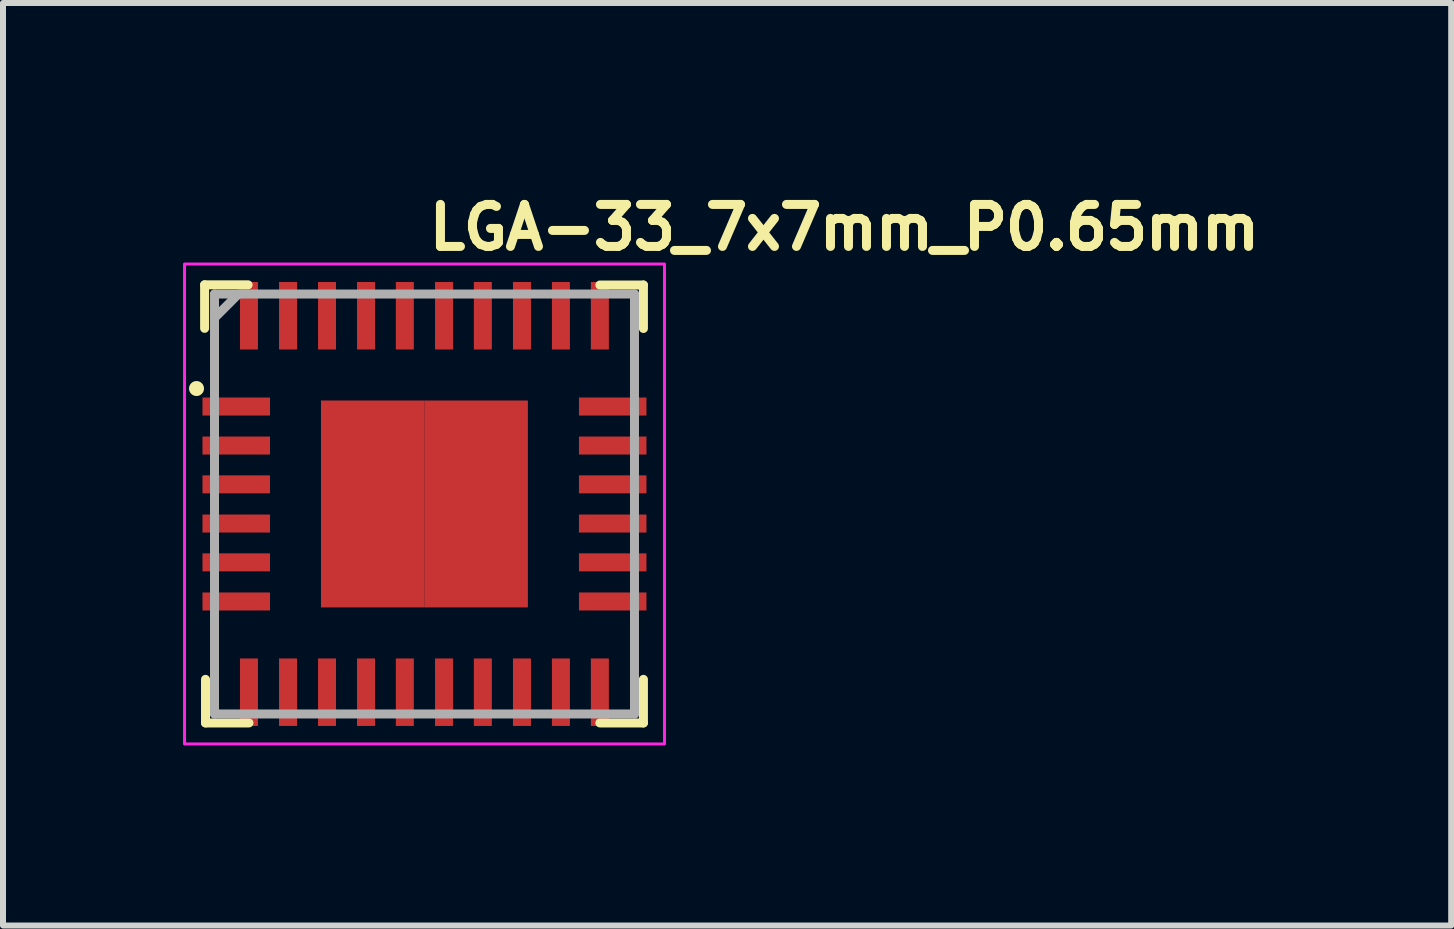
<source format=kicad_pcb>
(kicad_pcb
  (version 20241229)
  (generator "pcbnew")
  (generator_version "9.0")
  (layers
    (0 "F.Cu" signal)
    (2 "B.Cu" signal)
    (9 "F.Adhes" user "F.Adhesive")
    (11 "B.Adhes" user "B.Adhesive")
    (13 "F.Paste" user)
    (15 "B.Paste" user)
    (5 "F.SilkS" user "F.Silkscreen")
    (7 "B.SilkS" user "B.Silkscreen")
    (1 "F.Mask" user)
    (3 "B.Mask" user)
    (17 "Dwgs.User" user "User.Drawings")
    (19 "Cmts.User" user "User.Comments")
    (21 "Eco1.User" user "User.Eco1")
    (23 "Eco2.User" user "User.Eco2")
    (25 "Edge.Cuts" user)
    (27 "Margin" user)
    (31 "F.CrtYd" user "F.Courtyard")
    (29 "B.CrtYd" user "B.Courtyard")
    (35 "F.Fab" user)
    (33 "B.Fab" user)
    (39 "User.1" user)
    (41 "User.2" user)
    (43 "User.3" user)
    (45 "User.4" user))
  (footprint "LGA-33_7x7mm_P0.65mm"
    (layer "F.Cu")
    (at 4.025 5.35)
    (property "Reference" "LGA-33_7x7mm_P0.65mm" (at 0 -4.2 0) (layer "F.SilkS") (effects (font (size 0.7 0.7) (thickness 0.15)) (justify left bottom)))
    (attr smd)
    (fp_line (start -3.665 -3.653) (end -2.94 -3.653) (stroke (width 0.15) (type solid)) (layer "F.SilkS"))
    (fp_line (start -3.665 -2.928) (end -3.665 -3.653) (stroke (width 0.15) (type solid)) (layer "F.SilkS"))
    (fp_line (start -3.65 3.648) (end -3.65 2.922) (stroke (width 0.15) (type solid)) (layer "F.SilkS"))
    (fp_line (start -2.926 3.648) (end -3.65 3.648) (stroke (width 0.15) (type solid)) (layer "F.SilkS"))
    (fp_line (start 2.922 -3.65) (end 3.648 -3.65) (stroke (width 0.15) (type solid)) (layer "F.SilkS"))
    (fp_line (start 2.922 3.648) (end 3.648 3.648) (stroke (width 0.15) (type solid)) (layer "F.SilkS"))
    (fp_line (start 3.648 -3.65) (end 3.648 -2.926) (stroke (width 0.15) (type solid)) (layer "F.SilkS"))
    (fp_line (start 3.648 3.648) (end 3.648 2.922) (stroke (width 0.15) (type solid)) (layer "F.SilkS"))
    (fp_circle (center -3.8 -1.925) (end -3.75 -1.925) (stroke (width 0.15) (type solid)) (fill yes) (layer "F.SilkS"))
    (fp_rect (start -4 -4) (end 3.999 3.999) (stroke (width 0.05) (type solid)) (fill no) (layer "F.CrtYd"))
    (fp_line (start -3.5 -3.5) (end -3.5 3.499) (stroke (width 0.15) (type solid)) (layer "F.Fab"))
    (fp_line (start -3.5 3.499) (end 3.499 3.499) (stroke (width 0.15) (type solid)) (layer "F.Fab"))
    (fp_line (start -3.101 -3.5) (end -3.5 -3.101) (stroke (width 0.15) (type solid)) (layer "F.Fab"))
    (fp_line (start 3.499 -3.5) (end -3.5 -3.5) (stroke (width 0.15) (type solid)) (layer "F.Fab"))
    (fp_line (start 3.499 3.499) (end 3.499 -3.5) (stroke (width 0.15) (type solid)) (layer "F.Fab"))
    (fp_rect (start -3.5 -3.5) (end 3.499 3.499) (stroke (width 0.1) (type solid)) (fill no) (layer "User.5"))
    (fp_line (start -3.5 -3.5) (end -3.5 3.499) (stroke (width 0.02) (type solid)) (layer "User.9"))
    (fp_line (start -3.5 3.499) (end 3.499 3.499) (stroke (width 0.02) (type solid)) (layer "User.9"))
    (fp_line (start -3 -2.621) (end -3 -2.601) (stroke (width 0.02) (type solid)) (layer "User.9"))
    (fp_line (start -3 -2.621) (end -3 -2.601) (stroke (width 0.02) (type solid)) (layer "User.9"))
    (fp_line (start -3 -2.601) (end -3 -2.601) (stroke (width 0.02) (type solid)) (layer "User.9"))
    (fp_line (start -3 -2.601) (end -3 -2.601) (stroke (width 0.02) (type solid)) (layer "User.9"))
    (fp_line (start -3 -2.601) (end -3 -2.581) (stroke (width 0.02) (type solid)) (layer "User.9"))
    (fp_line (start -3 -2.601) (end -3 -2.581) (stroke (width 0.02) (type solid)) (layer "User.9"))
    (fp_line (start -3 -2.581) (end -2.999 -2.56) (stroke (width 0.02) (type solid)) (layer "User.9"))
    (fp_line (start -3 -2.581) (end -2.999 -2.56) (stroke (width 0.02) (type solid)) (layer "User.9"))
    (fp_line (start -2.999 -2.641) (end -3 -2.621) (stroke (width 0.02) (type solid)) (layer "User.9"))
    (fp_line (start -2.999 -2.641) (end -3 -2.621) (stroke (width 0.02) (type solid)) (layer "User.9"))
    (fp_line (start -2.999 -2.56) (end -2.996 -2.54) (stroke (width 0.02) (type solid)) (layer "User.9"))
    (fp_line (start -2.999 -2.56) (end -2.996 -2.54) (stroke (width 0.02) (type solid)) (layer "User.9"))
    (fp_line (start -2.996 -2.661) (end -2.999 -2.641) (stroke (width 0.02) (type solid)) (layer "User.9"))
    (fp_line (start -2.996 -2.661) (end -2.999 -2.641) (stroke (width 0.02) (type solid)) (layer "User.9"))
    (fp_line (start -2.996 -2.54) (end -2.992 -2.52) (stroke (width 0.02) (type solid)) (layer "User.9"))
    (fp_line (start -2.996 -2.54) (end -2.992 -2.52) (stroke (width 0.02) (type solid)) (layer "User.9"))
    (fp_line (start -2.992 -2.681) (end -2.996 -2.661) (stroke (width 0.02) (type solid)) (layer "User.9"))
    (fp_line (start -2.992 -2.681) (end -2.996 -2.661) (stroke (width 0.02) (type solid)) (layer "User.9"))
    (fp_line (start -2.992 -2.52) (end -2.988 -2.501) (stroke (width 0.02) (type solid)) (layer "User.9"))
    (fp_line (start -2.992 -2.52) (end -2.988 -2.501) (stroke (width 0.02) (type solid)) (layer "User.9"))
    (fp_line (start -2.988 -2.701) (end -2.992 -2.681) (stroke (width 0.02) (type solid)) (layer "User.9"))
    (fp_line (start -2.988 -2.701) (end -2.992 -2.681) (stroke (width 0.02) (type solid)) (layer "User.9"))
    (fp_line (start -2.988 -2.501) (end -2.983 -2.483) (stroke (width 0.02) (type solid)) (layer "User.9"))
    (fp_line (start -2.988 -2.501) (end -2.983 -2.483) (stroke (width 0.02) (type solid)) (layer "User.9"))
    (fp_line (start -2.983 -2.719) (end -2.988 -2.701) (stroke (width 0.02) (type solid)) (layer "User.9"))
    (fp_line (start -2.983 -2.719) (end -2.988 -2.701) (stroke (width 0.02) (type solid)) (layer "User.9"))
    (fp_line (start -2.983 -2.483) (end -2.976 -2.464) (stroke (width 0.02) (type solid)) (layer "User.9"))
    (fp_line (start -2.983 -2.483) (end -2.976 -2.464) (stroke (width 0.02) (type solid)) (layer "User.9"))
    (fp_line (start -2.976 -2.738) (end -2.983 -2.719) (stroke (width 0.02) (type solid)) (layer "User.9"))
    (fp_line (start -2.976 -2.738) (end -2.983 -2.719) (stroke (width 0.02) (type solid)) (layer "User.9"))
    (fp_line (start -2.976 -2.464) (end -2.969 -2.445) (stroke (width 0.02) (type solid)) (layer "User.9"))
    (fp_line (start -2.976 -2.464) (end -2.969 -2.445) (stroke (width 0.02) (type solid)) (layer "User.9"))
    (fp_line (start -2.969 -2.757) (end -2.976 -2.738) (stroke (width 0.02) (type solid)) (layer "User.9"))
    (fp_line (start -2.969 -2.757) (end -2.976 -2.738) (stroke (width 0.02) (type solid)) (layer "User.9"))
    (fp_line (start -2.969 -2.445) (end -2.961 -2.427) (stroke (width 0.02) (type solid)) (layer "User.9"))
    (fp_line (start -2.969 -2.445) (end -2.961 -2.427) (stroke (width 0.02) (type solid)) (layer "User.9"))
    (fp_line (start -2.961 -2.774) (end -2.969 -2.757) (stroke (width 0.02) (type solid)) (layer "User.9"))
    (fp_line (start -2.961 -2.774) (end -2.969 -2.757) (stroke (width 0.02) (type solid)) (layer "User.9"))
    (fp_line (start -2.961 -2.427) (end -2.952 -2.411) (stroke (width 0.02) (type solid)) (layer "User.9"))
    (fp_line (start -2.961 -2.427) (end -2.952 -2.411) (stroke (width 0.02) (type solid)) (layer "User.9"))
    (fp_line (start -2.952 -2.791) (end -2.961 -2.774) (stroke (width 0.02) (type solid)) (layer "User.9"))
    (fp_line (start -2.952 -2.791) (end -2.961 -2.774) (stroke (width 0.02) (type solid)) (layer "User.9"))
    (fp_line (start -2.952 -2.411) (end -2.943 -2.394) (stroke (width 0.02) (type solid)) (layer "User.9"))
    (fp_line (start -2.952 -2.411) (end -2.943 -2.394) (stroke (width 0.02) (type solid)) (layer "User.9"))
    (fp_line (start -2.943 -2.809) (end -2.952 -2.791) (stroke (width 0.02) (type solid)) (layer "User.9"))
    (fp_line (start -2.943 -2.809) (end -2.952 -2.791) (stroke (width 0.02) (type solid)) (layer "User.9"))
    (fp_line (start -2.943 -2.394) (end -2.932 -2.378) (stroke (width 0.02) (type solid)) (layer "User.9"))
    (fp_line (start -2.943 -2.394) (end -2.932 -2.378) (stroke (width 0.02) (type solid)) (layer "User.9"))
    (fp_line (start -2.932 -2.824) (end -2.943 -2.809) (stroke (width 0.02) (type solid)) (layer "User.9"))
    (fp_line (start -2.932 -2.824) (end -2.943 -2.809) (stroke (width 0.02) (type solid)) (layer "User.9"))
    (fp_line (start -2.932 -2.378) (end -2.922 -2.362) (stroke (width 0.02) (type solid)) (layer "User.9"))
    (fp_line (start -2.932 -2.378) (end -2.922 -2.362) (stroke (width 0.02) (type solid)) (layer "User.9"))
    (fp_line (start -2.922 -2.84) (end -2.932 -2.824) (stroke (width 0.02) (type solid)) (layer "User.9"))
    (fp_line (start -2.922 -2.84) (end -2.932 -2.824) (stroke (width 0.02) (type solid)) (layer "User.9"))
    (fp_line (start -2.922 -2.362) (end -2.91 -2.347) (stroke (width 0.02) (type solid)) (layer "User.9"))
    (fp_line (start -2.922 -2.362) (end -2.91 -2.347) (stroke (width 0.02) (type solid)) (layer "User.9"))
    (fp_line (start -2.91 -2.855) (end -2.922 -2.84) (stroke (width 0.02) (type solid)) (layer "User.9"))
    (fp_line (start -2.91 -2.855) (end -2.922 -2.84) (stroke (width 0.02) (type solid)) (layer "User.9"))
    (fp_line (start -2.91 -2.347) (end -2.896 -2.332) (stroke (width 0.02) (type solid)) (layer "User.9"))
    (fp_line (start -2.91 -2.347) (end -2.896 -2.332) (stroke (width 0.02) (type solid)) (layer "User.9"))
    (fp_line (start -2.896 -2.87) (end -2.91 -2.855) (stroke (width 0.02) (type solid)) (layer "User.9"))
    (fp_line (start -2.896 -2.87) (end -2.91 -2.855) (stroke (width 0.02) (type solid)) (layer "User.9"))
    (fp_line (start -2.896 -2.332) (end -2.883 -2.319) (stroke (width 0.02) (type solid)) (layer "User.9"))
    (fp_line (start -2.896 -2.332) (end -2.883 -2.319) (stroke (width 0.02) (type solid)) (layer "User.9"))
    (fp_line (start -2.883 -2.883) (end -2.896 -2.87) (stroke (width 0.02) (type solid)) (layer "User.9"))
    (fp_line (start -2.883 -2.883) (end -2.896 -2.87) (stroke (width 0.02) (type solid)) (layer "User.9"))
    (fp_line (start -2.883 -2.319) (end -2.87 -2.305) (stroke (width 0.02) (type solid)) (layer "User.9"))
    (fp_line (start -2.883 -2.319) (end -2.87 -2.305) (stroke (width 0.02) (type solid)) (layer "User.9"))
    (fp_line (start -2.87 -2.898) (end -2.883 -2.883) (stroke (width 0.02) (type solid)) (layer "User.9"))
    (fp_line (start -2.87 -2.898) (end -2.883 -2.883) (stroke (width 0.02) (type solid)) (layer "User.9"))
    (fp_line (start -2.87 -2.305) (end -2.855 -2.293) (stroke (width 0.02) (type solid)) (layer "User.9"))
    (fp_line (start -2.87 -2.305) (end -2.855 -2.293) (stroke (width 0.02) (type solid)) (layer "User.9"))
    (fp_line (start -2.855 -2.91) (end -2.87 -2.898) (stroke (width 0.02) (type solid)) (layer "User.9"))
    (fp_line (start -2.855 -2.91) (end -2.87 -2.898) (stroke (width 0.02) (type solid)) (layer "User.9"))
    (fp_line (start -2.855 -2.293) (end -2.84 -2.281) (stroke (width 0.02) (type solid)) (layer "User.9"))
    (fp_line (start -2.855 -2.293) (end -2.84 -2.281) (stroke (width 0.02) (type solid)) (layer "User.9"))
    (fp_line (start -2.84 -2.922) (end -2.855 -2.91) (stroke (width 0.02) (type solid)) (layer "User.9"))
    (fp_line (start -2.84 -2.922) (end -2.855 -2.91) (stroke (width 0.02) (type solid)) (layer "User.9"))
    (fp_line (start -2.84 -2.281) (end -2.824 -2.27) (stroke (width 0.02) (type solid)) (layer "User.9"))
    (fp_line (start -2.84 -2.281) (end -2.824 -2.27) (stroke (width 0.02) (type solid)) (layer "User.9"))
    (fp_line (start -2.824 -2.932) (end -2.84 -2.922) (stroke (width 0.02) (type solid)) (layer "User.9"))
    (fp_line (start -2.824 -2.932) (end -2.84 -2.922) (stroke (width 0.02) (type solid)) (layer "User.9"))
    (fp_line (start -2.824 -2.27) (end -2.809 -2.258) (stroke (width 0.02) (type solid)) (layer "User.9"))
    (fp_line (start -2.824 -2.27) (end -2.809 -2.258) (stroke (width 0.02) (type solid)) (layer "User.9"))
    (fp_line (start -2.809 -2.943) (end -2.824 -2.932) (stroke (width 0.02) (type solid)) (layer "User.9"))
    (fp_line (start -2.809 -2.943) (end -2.824 -2.932) (stroke (width 0.02) (type solid)) (layer "User.9"))
    (fp_line (start -2.809 -2.258) (end -2.791 -2.25) (stroke (width 0.02) (type solid)) (layer "User.9"))
    (fp_line (start -2.809 -2.258) (end -2.791 -2.25) (stroke (width 0.02) (type solid)) (layer "User.9"))
    (fp_line (start -2.791 -2.952) (end -2.809 -2.943) (stroke (width 0.02) (type solid)) (layer "User.9"))
    (fp_line (start -2.791 -2.952) (end -2.809 -2.943) (stroke (width 0.02) (type solid)) (layer "User.9"))
    (fp_line (start -2.791 -2.25) (end -2.774 -2.241) (stroke (width 0.02) (type solid)) (layer "User.9"))
    (fp_line (start -2.791 -2.25) (end -2.774 -2.241) (stroke (width 0.02) (type solid)) (layer "User.9"))
    (fp_line (start -2.774 -2.961) (end -2.791 -2.952) (stroke (width 0.02) (type solid)) (layer "User.9"))
    (fp_line (start -2.774 -2.961) (end -2.791 -2.952) (stroke (width 0.02) (type solid)) (layer "User.9"))
    (fp_line (start -2.774 -2.241) (end -2.757 -2.233) (stroke (width 0.02) (type solid)) (layer "User.9"))
    (fp_line (start -2.774 -2.241) (end -2.757 -2.233) (stroke (width 0.02) (type solid)) (layer "User.9"))
    (fp_line (start -2.757 -2.969) (end -2.774 -2.961) (stroke (width 0.02) (type solid)) (layer "User.9"))
    (fp_line (start -2.757 -2.969) (end -2.774 -2.961) (stroke (width 0.02) (type solid)) (layer "User.9"))
    (fp_line (start -2.757 -2.233) (end -2.738 -2.226) (stroke (width 0.02) (type solid)) (layer "User.9"))
    (fp_line (start -2.757 -2.233) (end -2.738 -2.226) (stroke (width 0.02) (type solid)) (layer "User.9"))
    (fp_line (start -2.738 -2.976) (end -2.757 -2.969) (stroke (width 0.02) (type solid)) (layer "User.9"))
    (fp_line (start -2.738 -2.976) (end -2.757 -2.969) (stroke (width 0.02) (type solid)) (layer "User.9"))
    (fp_line (start -2.738 -2.226) (end -2.719 -2.219) (stroke (width 0.02) (type solid)) (layer "User.9"))
    (fp_line (start -2.738 -2.226) (end -2.719 -2.219) (stroke (width 0.02) (type solid)) (layer "User.9"))
    (fp_line (start -2.719 -2.983) (end -2.738 -2.976) (stroke (width 0.02) (type solid)) (layer "User.9"))
    (fp_line (start -2.719 -2.983) (end -2.738 -2.976) (stroke (width 0.02) (type solid)) (layer "User.9"))
    (fp_line (start -2.719 -2.219) (end -2.701 -2.214) (stroke (width 0.02) (type solid)) (layer "User.9"))
    (fp_line (start -2.719 -2.219) (end -2.701 -2.214) (stroke (width 0.02) (type solid)) (layer "User.9"))
    (fp_line (start -2.701 -2.988) (end -2.719 -2.983) (stroke (width 0.02) (type solid)) (layer "User.9"))
    (fp_line (start -2.701 -2.988) (end -2.719 -2.983) (stroke (width 0.02) (type solid)) (layer "User.9"))
    (fp_line (start -2.701 -2.214) (end -2.681 -2.21) (stroke (width 0.02) (type solid)) (layer "User.9"))
    (fp_line (start -2.701 -2.214) (end -2.681 -2.21) (stroke (width 0.02) (type solid)) (layer "User.9"))
    (fp_line (start -2.681 -2.992) (end -2.701 -2.988) (stroke (width 0.02) (type solid)) (layer "User.9"))
    (fp_line (start -2.681 -2.992) (end -2.701 -2.988) (stroke (width 0.02) (type solid)) (layer "User.9"))
    (fp_line (start -2.681 -2.21) (end -2.661 -2.206) (stroke (width 0.02) (type solid)) (layer "User.9"))
    (fp_line (start -2.681 -2.21) (end -2.661 -2.206) (stroke (width 0.02) (type solid)) (layer "User.9"))
    (fp_line (start -2.661 -2.996) (end -2.681 -2.992) (stroke (width 0.02) (type solid)) (layer "User.9"))
    (fp_line (start -2.661 -2.996) (end -2.681 -2.992) (stroke (width 0.02) (type solid)) (layer "User.9"))
    (fp_line (start -2.661 -2.206) (end -2.641 -2.203) (stroke (width 0.02) (type solid)) (layer "User.9"))
    (fp_line (start -2.661 -2.206) (end -2.641 -2.203) (stroke (width 0.02) (type solid)) (layer "User.9"))
    (fp_line (start -2.641 -2.999) (end -2.661 -2.996) (stroke (width 0.02) (type solid)) (layer "User.9"))
    (fp_line (start -2.641 -2.999) (end -2.661 -2.996) (stroke (width 0.02) (type solid)) (layer "User.9"))
    (fp_line (start -2.641 -2.203) (end -2.621 -2.202) (stroke (width 0.02) (type solid)) (layer "User.9"))
    (fp_line (start -2.641 -2.203) (end -2.621 -2.202) (stroke (width 0.02) (type solid)) (layer "User.9"))
    (fp_line (start -2.621 -3) (end -2.641 -2.999) (stroke (width 0.02) (type solid)) (layer "User.9"))
    (fp_line (start -2.621 -3) (end -2.641 -2.999) (stroke (width 0.02) (type solid)) (layer "User.9"))
    (fp_line (start -2.621 -2.202) (end -2.601 -2.202) (stroke (width 0.02) (type solid)) (layer "User.9"))
    (fp_line (start -2.621 -2.202) (end -2.601 -2.202) (stroke (width 0.02) (type solid)) (layer "User.9"))
    (fp_line (start -2.601 -3) (end -2.621 -3) (stroke (width 0.02) (type solid)) (layer "User.9"))
    (fp_line (start -2.601 -3) (end -2.621 -3) (stroke (width 0.02) (type solid)) (layer "User.9"))
    (fp_line (start -2.601 -2.202) (end -2.581 -2.202) (stroke (width 0.02) (type solid)) (layer "User.9"))
    (fp_line (start -2.601 -2.202) (end -2.581 -2.202) (stroke (width 0.02) (type solid)) (layer "User.9"))
    (fp_line (start -2.581 -3) (end -2.601 -3) (stroke (width 0.02) (type solid)) (layer "User.9"))
    (fp_line (start -2.581 -3) (end -2.601 -3) (stroke (width 0.02) (type solid)) (layer "User.9"))
    (fp_line (start -2.581 -2.202) (end -2.56 -2.203) (stroke (width 0.02) (type solid)) (layer "User.9"))
    (fp_line (start -2.581 -2.202) (end -2.56 -2.203) (stroke (width 0.02) (type solid)) (layer "User.9"))
    (fp_line (start -2.56 -2.999) (end -2.581 -3) (stroke (width 0.02) (type solid)) (layer "User.9"))
    (fp_line (start -2.56 -2.999) (end -2.581 -3) (stroke (width 0.02) (type solid)) (layer "User.9"))
    (fp_line (start -2.56 -2.203) (end -2.54 -2.206) (stroke (width 0.02) (type solid)) (layer "User.9"))
    (fp_line (start -2.56 -2.203) (end -2.54 -2.206) (stroke (width 0.02) (type solid)) (layer "User.9"))
    (fp_line (start -2.54 -2.996) (end -2.56 -2.999) (stroke (width 0.02) (type solid)) (layer "User.9"))
    (fp_line (start -2.54 -2.996) (end -2.56 -2.999) (stroke (width 0.02) (type solid)) (layer "User.9"))
    (fp_line (start -2.54 -2.206) (end -2.52 -2.21) (stroke (width 0.02) (type solid)) (layer "User.9"))
    (fp_line (start -2.54 -2.206) (end -2.52 -2.21) (stroke (width 0.02) (type solid)) (layer "User.9"))
    (fp_line (start -2.52 -2.992) (end -2.54 -2.996) (stroke (width 0.02) (type solid)) (layer "User.9"))
    (fp_line (start -2.52 -2.992) (end -2.54 -2.996) (stroke (width 0.02) (type solid)) (layer "User.9"))
    (fp_line (start -2.52 -2.21) (end -2.501 -2.214) (stroke (width 0.02) (type solid)) (layer "User.9"))
    (fp_line (start -2.52 -2.21) (end -2.501 -2.214) (stroke (width 0.02) (type solid)) (layer "User.9"))
    (fp_line (start -2.501 -2.988) (end -2.52 -2.992) (stroke (width 0.02) (type solid)) (layer "User.9"))
    (fp_line (start -2.501 -2.988) (end -2.52 -2.992) (stroke (width 0.02) (type solid)) (layer "User.9"))
    (fp_line (start -2.501 -2.214) (end -2.483 -2.219) (stroke (width 0.02) (type solid)) (layer "User.9"))
    (fp_line (start -2.501 -2.214) (end -2.483 -2.219) (stroke (width 0.02) (type solid)) (layer "User.9"))
    (fp_line (start -2.483 -2.983) (end -2.501 -2.988) (stroke (width 0.02) (type solid)) (layer "User.9"))
    (fp_line (start -2.483 -2.983) (end -2.501 -2.988) (stroke (width 0.02) (type solid)) (layer "User.9"))
    (fp_line (start -2.483 -2.219) (end -2.464 -2.226) (stroke (width 0.02) (type solid)) (layer "User.9"))
    (fp_line (start -2.483 -2.219) (end -2.464 -2.226) (stroke (width 0.02) (type solid)) (layer "User.9"))
    (fp_line (start -2.464 -2.976) (end -2.483 -2.983) (stroke (width 0.02) (type solid)) (layer "User.9"))
    (fp_line (start -2.464 -2.976) (end -2.483 -2.983) (stroke (width 0.02) (type solid)) (layer "User.9"))
    (fp_line (start -2.464 -2.226) (end -2.445 -2.233) (stroke (width 0.02) (type solid)) (layer "User.9"))
    (fp_line (start -2.464 -2.226) (end -2.445 -2.233) (stroke (width 0.02) (type solid)) (layer "User.9"))
    (fp_line (start -2.445 -2.969) (end -2.464 -2.976) (stroke (width 0.02) (type solid)) (layer "User.9"))
    (fp_line (start -2.445 -2.969) (end -2.464 -2.976) (stroke (width 0.02) (type solid)) (layer "User.9"))
    (fp_line (start -2.445 -2.233) (end -2.427 -2.241) (stroke (width 0.02) (type solid)) (layer "User.9"))
    (fp_line (start -2.445 -2.233) (end -2.427 -2.241) (stroke (width 0.02) (type solid)) (layer "User.9"))
    (fp_line (start -2.427 -2.961) (end -2.445 -2.969) (stroke (width 0.02) (type solid)) (layer "User.9"))
    (fp_line (start -2.427 -2.961) (end -2.445 -2.969) (stroke (width 0.02) (type solid)) (layer "User.9"))
    (fp_line (start -2.427 -2.241) (end -2.411 -2.25) (stroke (width 0.02) (type solid)) (layer "User.9"))
    (fp_line (start -2.427 -2.241) (end -2.411 -2.25) (stroke (width 0.02) (type solid)) (layer "User.9"))
    (fp_line (start -2.411 -2.952) (end -2.427 -2.961) (stroke (width 0.02) (type solid)) (layer "User.9"))
    (fp_line (start -2.411 -2.952) (end -2.427 -2.961) (stroke (width 0.02) (type solid)) (layer "User.9"))
    (fp_line (start -2.411 -2.25) (end -2.394 -2.258) (stroke (width 0.02) (type solid)) (layer "User.9"))
    (fp_line (start -2.411 -2.25) (end -2.394 -2.258) (stroke (width 0.02) (type solid)) (layer "User.9"))
    (fp_line (start -2.394 -2.943) (end -2.411 -2.952) (stroke (width 0.02) (type solid)) (layer "User.9"))
    (fp_line (start -2.394 -2.943) (end -2.411 -2.952) (stroke (width 0.02) (type solid)) (layer "User.9"))
    (fp_line (start -2.394 -2.258) (end -2.378 -2.27) (stroke (width 0.02) (type solid)) (layer "User.9"))
    (fp_line (start -2.394 -2.258) (end -2.378 -2.27) (stroke (width 0.02) (type solid)) (layer "User.9"))
    (fp_line (start -2.378 -2.932) (end -2.394 -2.943) (stroke (width 0.02) (type solid)) (layer "User.9"))
    (fp_line (start -2.378 -2.932) (end -2.394 -2.943) (stroke (width 0.02) (type solid)) (layer "User.9"))
    (fp_line (start -2.378 -2.27) (end -2.362 -2.281) (stroke (width 0.02) (type solid)) (layer "User.9"))
    (fp_line (start -2.378 -2.27) (end -2.362 -2.281) (stroke (width 0.02) (type solid)) (layer "User.9"))
    (fp_line (start -2.362 -2.922) (end -2.378 -2.932) (stroke (width 0.02) (type solid)) (layer "User.9"))
    (fp_line (start -2.362 -2.922) (end -2.378 -2.932) (stroke (width 0.02) (type solid)) (layer "User.9"))
    (fp_line (start -2.362 -2.281) (end -2.347 -2.293) (stroke (width 0.02) (type solid)) (layer "User.9"))
    (fp_line (start -2.362 -2.281) (end -2.347 -2.293) (stroke (width 0.02) (type solid)) (layer "User.9"))
    (fp_line (start -2.347 -2.91) (end -2.362 -2.922) (stroke (width 0.02) (type solid)) (layer "User.9"))
    (fp_line (start -2.347 -2.91) (end -2.362 -2.922) (stroke (width 0.02) (type solid)) (layer "User.9"))
    (fp_line (start -2.347 -2.293) (end -2.332 -2.305) (stroke (width 0.02) (type solid)) (layer "User.9"))
    (fp_line (start -2.347 -2.293) (end -2.332 -2.305) (stroke (width 0.02) (type solid)) (layer "User.9"))
    (fp_line (start -2.332 -2.898) (end -2.347 -2.91) (stroke (width 0.02) (type solid)) (layer "User.9"))
    (fp_line (start -2.332 -2.898) (end -2.347 -2.91) (stroke (width 0.02) (type solid)) (layer "User.9"))
    (fp_line (start -2.332 -2.305) (end -2.319 -2.319) (stroke (width 0.02) (type solid)) (layer "User.9"))
    (fp_line (start -2.332 -2.305) (end -2.319 -2.319) (stroke (width 0.02) (type solid)) (layer "User.9"))
    (fp_line (start -2.319 -2.883) (end -2.332 -2.898) (stroke (width 0.02) (type solid)) (layer "User.9"))
    (fp_line (start -2.319 -2.883) (end -2.332 -2.898) (stroke (width 0.02) (type solid)) (layer "User.9"))
    (fp_line (start -2.319 -2.319) (end -2.306 -2.332) (stroke (width 0.02) (type solid)) (layer "User.9"))
    (fp_line (start -2.319 -2.319) (end -2.306 -2.332) (stroke (width 0.02) (type solid)) (layer "User.9"))
    (fp_line (start -2.306 -2.87) (end -2.319 -2.883) (stroke (width 0.02) (type solid)) (layer "User.9"))
    (fp_line (start -2.306 -2.87) (end -2.319 -2.883) (stroke (width 0.02) (type solid)) (layer "User.9"))
    (fp_line (start -2.306 -2.332) (end -2.293 -2.347) (stroke (width 0.02) (type solid)) (layer "User.9"))
    (fp_line (start -2.306 -2.332) (end -2.293 -2.347) (stroke (width 0.02) (type solid)) (layer "User.9"))
    (fp_line (start -2.293 -2.855) (end -2.306 -2.87) (stroke (width 0.02) (type solid)) (layer "User.9"))
    (fp_line (start -2.293 -2.855) (end -2.306 -2.87) (stroke (width 0.02) (type solid)) (layer "User.9"))
    (fp_line (start -2.293 -2.347) (end -2.281 -2.362) (stroke (width 0.02) (type solid)) (layer "User.9"))
    (fp_line (start -2.293 -2.347) (end -2.281 -2.362) (stroke (width 0.02) (type solid)) (layer "User.9"))
    (fp_line (start -2.281 -2.84) (end -2.293 -2.855) (stroke (width 0.02) (type solid)) (layer "User.9"))
    (fp_line (start -2.281 -2.84) (end -2.293 -2.855) (stroke (width 0.02) (type solid)) (layer "User.9"))
    (fp_line (start -2.281 -2.362) (end -2.27 -2.378) (stroke (width 0.02) (type solid)) (layer "User.9"))
    (fp_line (start -2.281 -2.362) (end -2.27 -2.378) (stroke (width 0.02) (type solid)) (layer "User.9"))
    (fp_line (start -2.27 -2.824) (end -2.281 -2.84) (stroke (width 0.02) (type solid)) (layer "User.9"))
    (fp_line (start -2.27 -2.824) (end -2.281 -2.84) (stroke (width 0.02) (type solid)) (layer "User.9"))
    (fp_line (start -2.27 -2.378) (end -2.259 -2.394) (stroke (width 0.02) (type solid)) (layer "User.9"))
    (fp_line (start -2.27 -2.378) (end -2.259 -2.394) (stroke (width 0.02) (type solid)) (layer "User.9"))
    (fp_line (start -2.259 -2.809) (end -2.27 -2.824) (stroke (width 0.02) (type solid)) (layer "User.9"))
    (fp_line (start -2.259 -2.809) (end -2.27 -2.824) (stroke (width 0.02) (type solid)) (layer "User.9"))
    (fp_line (start -2.259 -2.394) (end -2.25 -2.411) (stroke (width 0.02) (type solid)) (layer "User.9"))
    (fp_line (start -2.259 -2.394) (end -2.25 -2.411) (stroke (width 0.02) (type solid)) (layer "User.9"))
    (fp_line (start -2.25 -2.791) (end -2.259 -2.809) (stroke (width 0.02) (type solid)) (layer "User.9"))
    (fp_line (start -2.25 -2.791) (end -2.259 -2.809) (stroke (width 0.02) (type solid)) (layer "User.9"))
    (fp_line (start -2.25 -2.411) (end -2.241 -2.427) (stroke (width 0.02) (type solid)) (layer "User.9"))
    (fp_line (start -2.25 -2.411) (end -2.241 -2.427) (stroke (width 0.02) (type solid)) (layer "User.9"))
    (fp_line (start -2.241 -2.774) (end -2.25 -2.791) (stroke (width 0.02) (type solid)) (layer "User.9"))
    (fp_line (start -2.241 -2.774) (end -2.25 -2.791) (stroke (width 0.02) (type solid)) (layer "User.9"))
    (fp_line (start -2.241 -2.427) (end -2.233 -2.445) (stroke (width 0.02) (type solid)) (layer "User.9"))
    (fp_line (start -2.241 -2.427) (end -2.233 -2.445) (stroke (width 0.02) (type solid)) (layer "User.9"))
    (fp_line (start -2.233 -2.757) (end -2.241 -2.774) (stroke (width 0.02) (type solid)) (layer "User.9"))
    (fp_line (start -2.233 -2.757) (end -2.241 -2.774) (stroke (width 0.02) (type solid)) (layer "User.9"))
    (fp_line (start -2.233 -2.445) (end -2.226 -2.464) (stroke (width 0.02) (type solid)) (layer "User.9"))
    (fp_line (start -2.233 -2.445) (end -2.226 -2.464) (stroke (width 0.02) (type solid)) (layer "User.9"))
    (fp_line (start -2.226 -2.738) (end -2.233 -2.757) (stroke (width 0.02) (type solid)) (layer "User.9"))
    (fp_line (start -2.226 -2.738) (end -2.233 -2.757) (stroke (width 0.02) (type solid)) (layer "User.9"))
    (fp_line (start -2.226 -2.464) (end -2.219 -2.483) (stroke (width 0.02) (type solid)) (layer "User.9"))
    (fp_line (start -2.226 -2.464) (end -2.219 -2.483) (stroke (width 0.02) (type solid)) (layer "User.9"))
    (fp_line (start -2.219 -2.719) (end -2.226 -2.738) (stroke (width 0.02) (type solid)) (layer "User.9"))
    (fp_line (start -2.219 -2.719) (end -2.226 -2.738) (stroke (width 0.02) (type solid)) (layer "User.9"))
    (fp_line (start -2.219 -2.483) (end -2.214 -2.501) (stroke (width 0.02) (type solid)) (layer "User.9"))
    (fp_line (start -2.219 -2.483) (end -2.214 -2.501) (stroke (width 0.02) (type solid)) (layer "User.9"))
    (fp_line (start -2.214 -2.701) (end -2.219 -2.719) (stroke (width 0.02) (type solid)) (layer "User.9"))
    (fp_line (start -2.214 -2.701) (end -2.219 -2.719) (stroke (width 0.02) (type solid)) (layer "User.9"))
    (fp_line (start -2.214 -2.501) (end -2.21 -2.52) (stroke (width 0.02) (type solid)) (layer "User.9"))
    (fp_line (start -2.214 -2.501) (end -2.21 -2.52) (stroke (width 0.02) (type solid)) (layer "User.9"))
    (fp_line (start -2.21 -2.681) (end -2.214 -2.701) (stroke (width 0.02) (type solid)) (layer "User.9"))
    (fp_line (start -2.21 -2.681) (end -2.214 -2.701) (stroke (width 0.02) (type solid)) (layer "User.9"))
    (fp_line (start -2.21 -2.52) (end -2.206 -2.54) (stroke (width 0.02) (type solid)) (layer "User.9"))
    (fp_line (start -2.21 -2.52) (end -2.206 -2.54) (stroke (width 0.02) (type solid)) (layer "User.9"))
    (fp_line (start -2.206 -2.661) (end -2.21 -2.681) (stroke (width 0.02) (type solid)) (layer "User.9"))
    (fp_line (start -2.206 -2.661) (end -2.21 -2.681) (stroke (width 0.02) (type solid)) (layer "User.9"))
    (fp_line (start -2.206 -2.54) (end -2.203 -2.56) (stroke (width 0.02) (type solid)) (layer "User.9"))
    (fp_line (start -2.206 -2.54) (end -2.203 -2.56) (stroke (width 0.02) (type solid)) (layer "User.9"))
    (fp_line (start -2.203 -2.641) (end -2.206 -2.661) (stroke (width 0.02) (type solid)) (layer "User.9"))
    (fp_line (start -2.203 -2.641) (end -2.206 -2.661) (stroke (width 0.02) (type solid)) (layer "User.9"))
    (fp_line (start -2.203 -2.56) (end -2.202 -2.581) (stroke (width 0.02) (type solid)) (layer "User.9"))
    (fp_line (start -2.203 -2.56) (end -2.202 -2.581) (stroke (width 0.02) (type solid)) (layer "User.9"))
    (fp_line (start -2.202 -2.621) (end -2.203 -2.641) (stroke (width 0.02) (type solid)) (layer "User.9"))
    (fp_line (start -2.202 -2.621) (end -2.203 -2.641) (stroke (width 0.02) (type solid)) (layer "User.9"))
    (fp_line (start -2.202 -2.601) (end -2.202 -2.621) (stroke (width 0.02) (type solid)) (layer "User.9"))
    (fp_line (start -2.202 -2.601) (end -2.202 -2.621) (stroke (width 0.02) (type solid)) (layer "User.9"))
    (fp_line (start -2.202 -2.601) (end -2.202 -2.601) (stroke (width 0.02) (type solid)) (layer "User.9"))
    (fp_line (start -2.202 -2.601) (end -2.202 -2.601) (stroke (width 0.02) (type solid)) (layer "User.9"))
    (fp_line (start -2.202 -2.581) (end -2.202 -2.601) (stroke (width 0.02) (type solid)) (layer "User.9"))
    (fp_line (start -2.202 -2.581) (end -2.202 -2.601) (stroke (width 0.02) (type solid)) (layer "User.9"))
    (fp_line (start 3.499 -3.5) (end -3.5 -3.5) (stroke (width 0.02) (type solid)) (layer "User.9"))
    (fp_line (start 3.499 3.499) (end 3.499 -3.5) (stroke (width 0.02) (type solid)) (layer "User.9"))
    (pad "1" smd rect (at -3.138 -1.625 90) (size 0.3 1.125) (layers "F.Cu" "F.Mask" "F.Paste"))
    (pad "2" smd rect (at -3.138 -0.975 90) (size 0.3 1.125) (layers "F.Cu" "F.Mask" "F.Paste"))
    (pad "3" smd rect (at -3.138 -0.328 90) (size 0.3 1.125) (layers "F.Cu" "F.Mask" "F.Paste"))
    (pad "4" smd rect (at -3.138 0.325 90) (size 0.3 1.125) (layers "F.Cu" "F.Mask" "F.Paste"))
    (pad "5" smd rect (at -3.138 0.972 90) (size 0.3 1.125) (layers "F.Cu" "F.Mask" "F.Paste"))
    (pad "6" smd rect (at -3.138 1.624 90) (size 0.3 1.125) (layers "F.Cu" "F.Mask" "F.Paste"))
    (pad "7" smd rect (at -2.926 3.136 180) (size 0.3 1.125) (layers "F.Cu" "F.Mask" "F.Paste"))
    (pad "8" smd rect (at -2.275 3.136 180) (size 0.3 1.125) (layers "F.Cu" "F.Mask" "F.Paste"))
    (pad "9" smd rect (at -1.625 3.136) (size 0.3 1.125) (layers "F.Cu" "F.Mask" "F.Paste"))
    (pad "10" smd rect (at -0.975 3.136) (size 0.3 1.125) (layers "F.Cu" "F.Mask" "F.Paste"))
    (pad "11" smd rect (at -0.328 3.136) (size 0.3 1.125) (layers "F.Cu" "F.Mask" "F.Paste"))
    (pad "12" smd rect (at 0.325 3.136) (size 0.3 1.125) (layers "F.Cu" "F.Mask" "F.Paste"))
    (pad "13" smd rect (at 0.972 3.136) (size 0.3 1.125) (layers "F.Cu" "F.Mask" "F.Paste"))
    (pad "14" smd rect (at 1.624 3.136) (size 0.3 1.125) (layers "F.Cu" "F.Mask" "F.Paste"))
    (pad "15" smd rect (at 2.273 3.136) (size 0.3 1.125) (layers "F.Cu" "F.Mask" "F.Paste"))
    (pad "16" smd rect (at 2.922 3.136) (size 0.3 1.125) (layers "F.Cu" "F.Mask" "F.Paste"))
    (pad "17" smd rect (at 3.136 1.624 90) (size 0.3 1.125) (layers "F.Cu" "F.Mask" "F.Paste"))
    (pad "18" smd rect (at 3.136 0.972 90) (size 0.3 1.125) (layers "F.Cu" "F.Mask" "F.Paste"))
    (pad "19" smd rect (at 3.136 0.325 90) (size 0.3 1.125) (layers "F.Cu" "F.Mask" "F.Paste"))
    (pad "20" smd rect (at 3.136 -0.328 90) (size 0.3 1.125) (layers "F.Cu" "F.Mask" "F.Paste"))
    (pad "21" smd rect (at 3.136 -0.975 90) (size 0.3 1.125) (layers "F.Cu" "F.Mask" "F.Paste"))
    (pad "22" smd rect (at 3.136 -1.625 90) (size 0.3 1.125) (layers "F.Cu" "F.Mask" "F.Paste"))
    (pad "23" smd rect (at 2.922 -3.138 180) (size 0.3 1.125) (layers "F.Cu" "F.Mask" "F.Paste"))
    (pad "24" smd rect (at 2.273 -3.138 180) (size 0.3 1.125) (layers "F.Cu" "F.Mask" "F.Paste"))
    (pad "25" smd rect (at 1.624 -3.138) (size 0.3 1.125) (layers "F.Cu" "F.Mask" "F.Paste"))
    (pad "26" smd rect (at 0.972 -3.138) (size 0.3 1.125) (layers "F.Cu" "F.Mask" "F.Paste"))
    (pad "27" smd rect (at 0.325 -3.138) (size 0.3 1.125) (layers "F.Cu" "F.Mask" "F.Paste"))
    (pad "28" smd rect (at -0.328 -3.138) (size 0.3 1.125) (layers "F.Cu" "F.Mask" "F.Paste"))
    (pad "29" smd rect (at -0.975 -3.138) (size 0.3 1.125) (layers "F.Cu" "F.Mask" "F.Paste"))
    (pad "30" smd rect (at -1.625 -3.138) (size 0.3 1.125) (layers "F.Cu" "F.Mask" "F.Paste"))
    (pad "31" smd rect (at -2.275 -3.138) (size 0.3 1.125) (layers "F.Cu" "F.Mask" "F.Paste"))
    (pad "32" smd rect (at -2.926 -3.138) (size 0.3 1.125) (layers "F.Cu" "F.Mask" "F.Paste"))
    (pad "33" smd rect (at -0.863 -0.863) (size 1.725 1.725) (layers "F.Cu" "F.Mask" "F.Paste"))
    (pad "33" smd rect (at -0.863 0.86) (size 1.725 1.725) (layers "F.Cu" "F.Mask" "F.Paste"))
    (pad "33" smd rect (at 0.86 -0.863) (size 1.725 1.725) (layers "F.Cu" "F.Mask" "F.Paste"))
    (pad "33" smd rect (at 0.86 0.86) (size 1.725 1.725) (layers "F.Cu" "F.Mask" "F.Paste")))
  (gr_rect
    (start -3 -3)
    (end 21.135 12.374)
    (stroke (width 0.1) (type default))
    (fill no)
    (layer "Edge.Cuts")))
</source>
